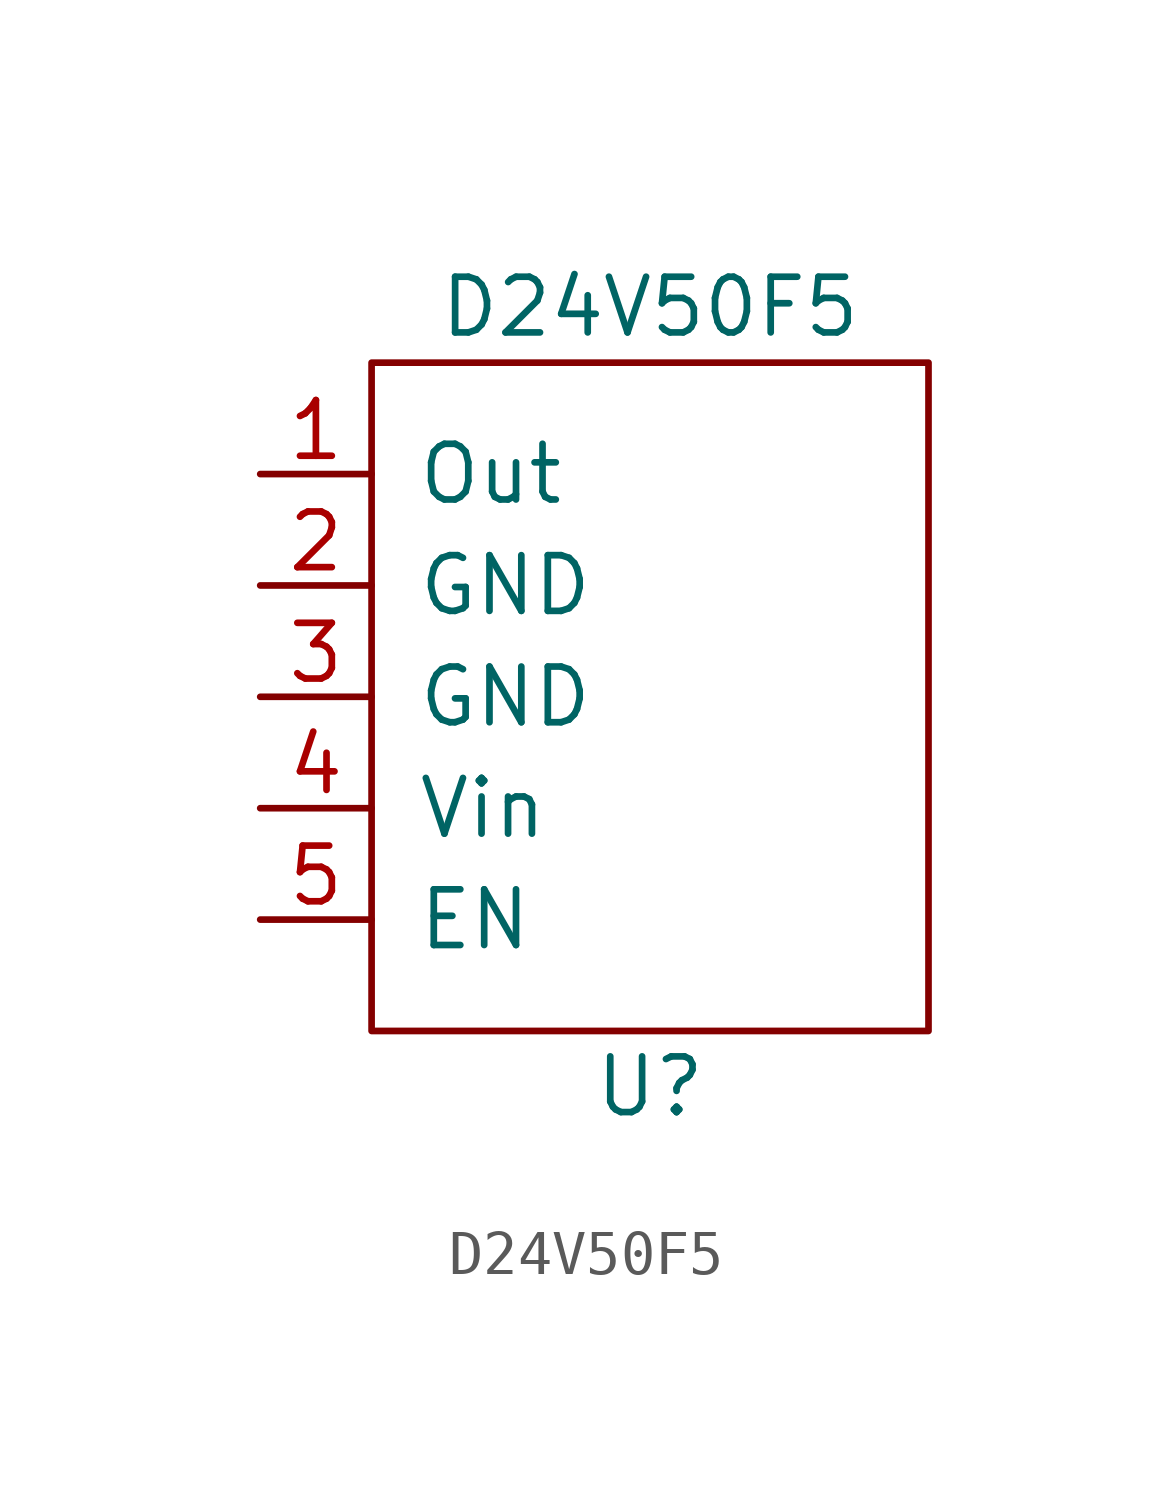
<source format=kicad_sym>
(kicad_symbol_lib
  (version 20211014)
  (generator kicad_symbol_editor)
  (symbol "D24V50F5"
    (pin_names
      (offset 1.016))
    (property "Reference" "U"
      (at 0 -8.89 0)
      (effects (font (size 1.27 1.27))))
    (property "Value" "D24V50F5"
      (at 0 8.89 0)
      (effects (font (size 1.27 1.27))))
    (symbol "D24V50F5_0_1"
      (rectangle (start -6.35 7.62) (end 6.35 -7.62) (stroke (width 0) (type default) (color 0 0 0 0)) (fill (type none))))
    (symbol "D24V50F5_1_1"
      (pin bidirectional line (at -8.89 5.08 0) (length 2.54) (name "Out" (effects (font (size 1.27 1.27)))) (number "1" (effects (font (size 1.27 1.27)))))
      (pin bidirectional line (at -8.89 2.54 0) (length 2.54) (name "GND" (effects (font (size 1.27 1.27)))) (number "2" (effects (font (size 1.27 1.27)))))
      (pin bidirectional line (at -8.89 0 0) (length 2.54) (name "GND" (effects (font (size 1.27 1.27)))) (number "3" (effects (font (size 1.27 1.27)))))
      (pin bidirectional line (at -8.89 -2.54 0) (length 2.54) (name "Vin" (effects (font (size 1.27 1.27)))) (number "4" (effects (font (size 1.27 1.27)))))
      (pin bidirectional line (at -8.89 -5.08 0) (length 2.54) (name "EN" (effects (font (size 1.27 1.27)))) (number "5" (effects (font (size 1.27 1.27))))))))
</source>
